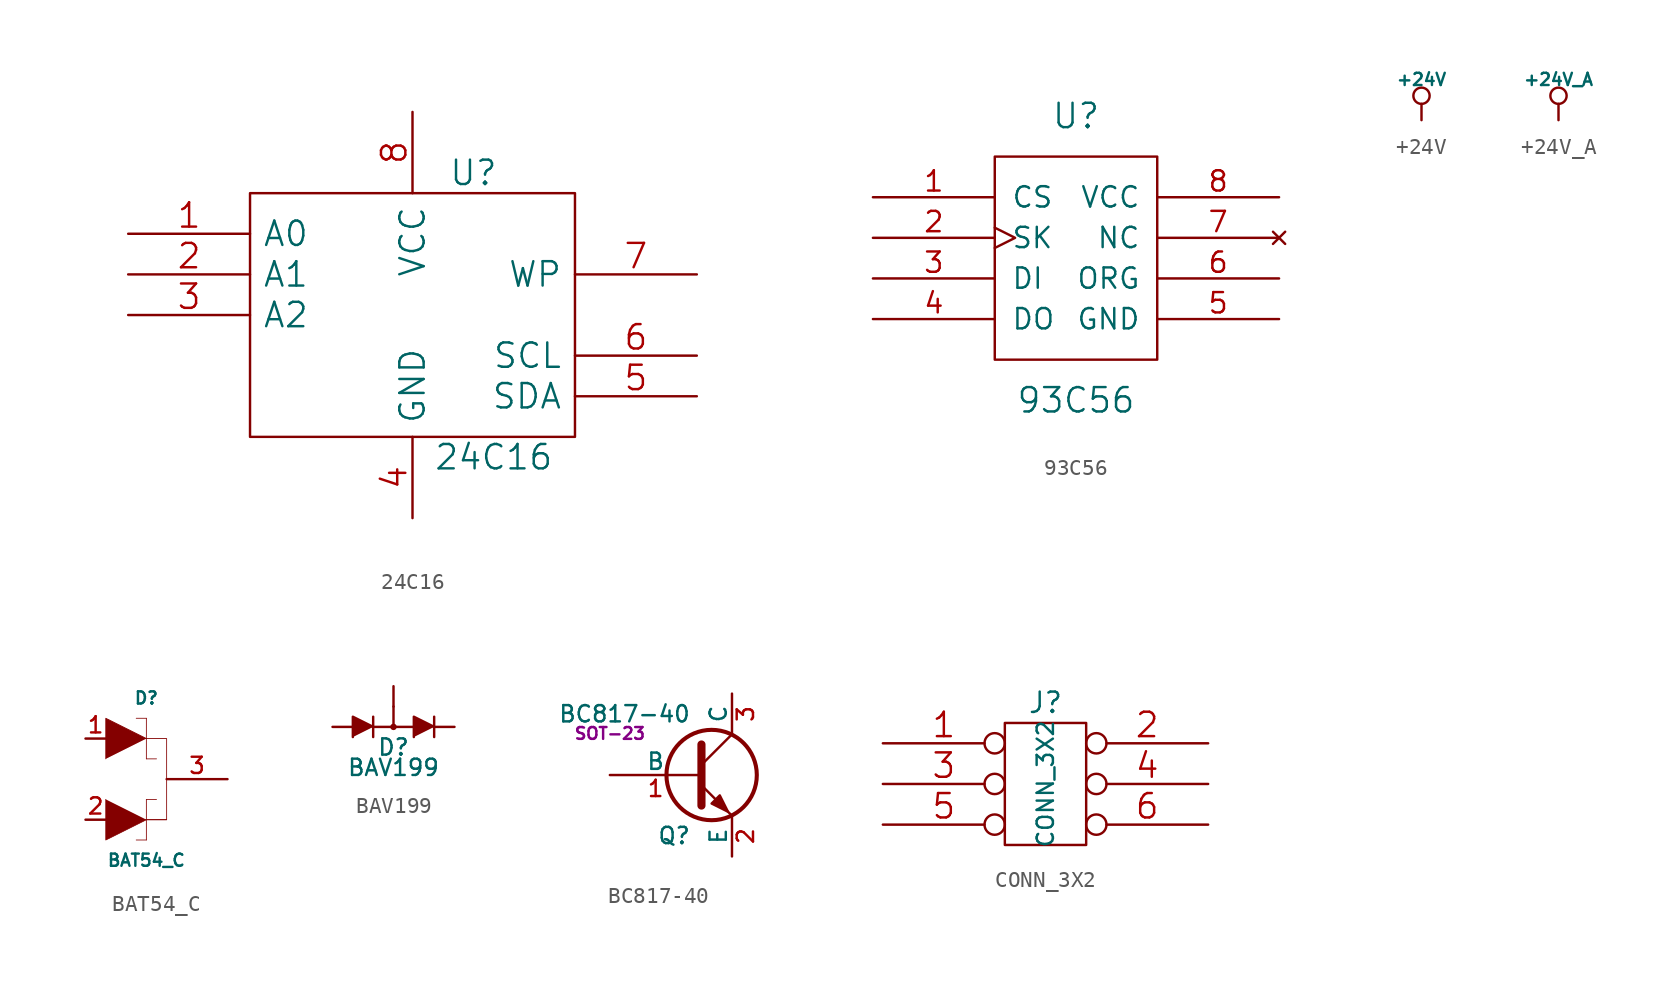
<source format=kicad_sym>
(kicad_symbol_lib
  (version 20231120)
  (generator "kicad_symbol_editor")
  (generator_version "8.0")
  (symbol "24C16"
    (pin_names
      (offset 0.762))
    (property "Reference" "U"
      (at 3.81 8.89 0)
      (effects (font (size 1.524 1.524))))
    (property "Value" "24C16"
      (at 5.08 -8.89 0)
      (effects (font (size 1.524 1.524))))
    (property "Footprint" ""
      (at 0 0 0)
      (effects (font (size 1.524 1.524))))
    (property "Datasheet" ""
      (at 0 0 0)
      (effects (font (size 1.524 1.524))))
    (symbol "24C16_0_0"
      (pin power_in line (at 0 -12.7 90) (length 5.08) (name "GND" (effects (font (size 1.524 1.524)))) (number "4" (effects (font (size 1.524 1.524)))))
      (pin power_in line (at 0 12.7 270) (length 5.08) (name "VCC" (effects (font (size 1.524 1.524)))) (number "8" (effects (font (size 1.524 1.524))))))
    (symbol "24C16_1_1"
      (rectangle (start -10.16 -7.62) (end 10.16 7.62) (stroke (width 0) (type solid)) (fill (type none)))
      (pin input line (at -17.78 5.08 0) (length 7.62) (name "A0" (effects (font (size 1.524 1.524)))) (number "1" (effects (font (size 1.524 1.524)))))
      (pin input line (at -17.78 2.54 0) (length 7.62) (name "A1" (effects (font (size 1.524 1.524)))) (number "2" (effects (font (size 1.524 1.524)))))
      (pin input line (at -17.78 0 0) (length 7.62) (name "A2" (effects (font (size 1.524 1.524)))) (number "3" (effects (font (size 1.524 1.524)))))
      (pin bidirectional line (at 17.78 -5.08 180) (length 7.62) (name "SDA" (effects (font (size 1.524 1.524)))) (number "5" (effects (font (size 1.524 1.524)))))
      (pin input line (at 17.78 -2.54 180) (length 7.62) (name "SCL" (effects (font (size 1.524 1.524)))) (number "6" (effects (font (size 1.524 1.524)))))
      (pin input line (at 17.78 2.54 180) (length 7.62) (name "WP" (effects (font (size 1.524 1.524)))) (number "7" (effects (font (size 1.524 1.524)))))))
  (symbol "93C56"
    (pin_names
      (offset 1.016))
    (property "Reference" "U"
      (at 0 8.89 0)
      (effects (font (size 1.524 1.524))))
    (property "Value" "93C56"
      (at 0 -8.89 0)
      (effects (font (size 1.524 1.524))))
    (property "Footprint" ""
      (at 0 0 0)
      (effects (font (size 1.524 1.524))))
    (property "Datasheet" ""
      (at 0 0 0)
      (effects (font (size 1.524 1.524))))
    (symbol "93C56_0_1"
      (rectangle (start 5.08 -6.35) (end -5.08 6.35) (stroke (width 0) (type solid)) (fill (type none))))
    (symbol "93C56_1_1"
      (pin input line (at -12.7 3.81 0) (length 7.62) (name "CS" (effects (font (size 1.27 1.27)))) (number "1" (effects (font (size 1.27 1.27)))))
      (pin input clock (at -12.7 1.27 0) (length 7.62) (name "SK" (effects (font (size 1.27 1.27)))) (number "2" (effects (font (size 1.27 1.27)))))
      (pin input line (at -12.7 -1.27 0) (length 7.62) (name "DI" (effects (font (size 1.27 1.27)))) (number "3" (effects (font (size 1.27 1.27)))))
      (pin output line (at -12.7 -3.81 0) (length 7.62) (name "DO" (effects (font (size 1.27 1.27)))) (number "4" (effects (font (size 1.27 1.27)))))
      (pin power_in line (at 12.7 -3.81 180) (length 7.62) (name "GND" (effects (font (size 1.27 1.27)))) (number "5" (effects (font (size 1.27 1.27)))))
      (pin input line (at 12.7 -1.27 180) (length 7.62) (name "ORG" (effects (font (size 1.27 1.27)))) (number "6" (effects (font (size 1.27 1.27)))))
      (pin no_connect line (at 12.7 1.27 180) (length 7.62) (name "NC" (effects (font (size 1.27 1.27)))) (number "7" (effects (font (size 1.27 1.27)))))
      (pin power_in line (at 12.7 3.81 180) (length 7.62) (name "VCC" (effects (font (size 1.27 1.27)))) (number "8" (effects (font (size 1.27 1.27)))))))
  (symbol "+24V"
    (power)
    (pin_numbers hide)
    (pin_names
      (offset 0))
    (property "Reference" "#PWR"
      (at 0 -1.27 0)
      (effects (font (size 0.508 0.508)) (hide yes)))
    (property "Value" "+24V"
      (at 0 2.54 0)
      (effects (font (size 0.762 0.762))))
    (property "Footprint" ""
      (at 0 0 0)
      (effects (font (size 1.524 1.524))))
    (property "Datasheet" ""
      (at 0 0 0)
      (effects (font (size 1.524 1.524))))
    (symbol "+24V_0_0"
      (pin power_in line (at 0 0 90) (length 0) hide (name "+24V" (effects (font (size 0.762 0.762)))) (number "1" (effects (font (size 0.508 0.508))))))
    (symbol "+24V_0_1"
      (polyline (pts (xy 0 0) (xy 0 1.016) (xy 0 1.016)) (stroke (width 0) (type solid)) (fill (type none)))
      (circle (center 0 1.524) (radius 0.508) (stroke (width 0) (type solid)) (fill (type none)))))
  (symbol "+24V_A"
    (power)
    (pin_numbers hide)
    (pin_names
      (offset 0))
    (property "Reference" "#PWR"
      (at 0 -1.27 0)
      (effects (font (size 0.508 0.508)) (hide yes)))
    (property "Value" "+24V_A"
      (at 0 2.54 0)
      (effects (font (size 0.762 0.762))))
    (property "Footprint" ""
      (at 0 0 0)
      (effects (font (size 1.524 1.524))))
    (property "Datasheet" ""
      (at 0 0 0)
      (effects (font (size 1.524 1.524))))
    (symbol "+24V_A_0_0"
      (pin power_in line (at 0 0 90) (length 0) hide (name "+24V_A" (effects (font (size 0.762 0.762)))) (number "1" (effects (font (size 0.508 0.508))))))
    (symbol "+24V_A_0_1"
      (polyline (pts (xy 0 0) (xy 0 1.016) (xy 0 1.016)) (stroke (width 0) (type solid)) (fill (type none)))
      (circle (center 0 1.524) (radius 0.508) (stroke (width 0) (type solid)) (fill (type none)))))
  (symbol "BAT54_C"
    (pin_names
      (offset 1.016) hide)
    (property "Reference" "D"
      (at 0 5.08 0)
      (effects (font (size 0.762 0.762))))
    (property "Value" "BAT54_C"
      (at 0 -5.08 0)
      (effects (font (size 0.762 0.762))))
    (property "Datasheet" ""
      (at -3.81 5.08 0)
      (effects (font (size 1.524 1.524))))
    (symbol "BAT54_C_0_0"
      (polyline (pts (xy -0.635 -3.81) (xy 0 -3.81) (xy 0 -3.81)) (stroke (width 0.051) (type solid)) (fill (type outline)))
      (polyline (pts (xy 0 -3.81) (xy 0 -1.27) (xy 0 -1.27)) (stroke (width 0.051) (type solid)) (fill (type outline)))
      (polyline (pts (xy 0 -1.27) (xy 0.635 -1.27) (xy 0.635 -1.27)) (stroke (width 0.051) (type solid)) (fill (type outline)))
      (polyline (pts (xy 0 1.27) (xy 0 3.81) (xy 0 3.81)) (stroke (width 0.051) (type solid)) (fill (type outline)))
      (polyline (pts (xy 0 3.81) (xy -0.635 3.81) (xy -0.635 3.81)) (stroke (width 0.051) (type solid)) (fill (type outline)))
      (polyline (pts (xy 0.635 1.27) (xy 0 1.27) (xy 0 1.27)) (stroke (width 0.051) (type solid)) (fill (type outline)))
      (polyline (pts (xy 1.27 -2.54) (xy -1.27 -2.54) (xy -1.27 -2.54)) (stroke (width 0.051) (type solid)) (fill (type outline)))
      (polyline (pts (xy 0 -2.54) (xy -2.54 -3.81) (xy -2.54 -1.27) (xy -2.54 -1.27)) (stroke (width 0.051) (type solid)) (fill (type outline)))
      (polyline (pts (xy 0 2.54) (xy -2.54 3.81) (xy -2.54 1.27) (xy -2.54 1.27)) (stroke (width 0.051) (type solid)) (fill (type outline))))
    (symbol "BAT54_C_0_1"
      (polyline (pts (xy 1.27 -2.54) (xy 0 -2.54)) (stroke (width 0.051) (type solid)) (fill (type none)))
      (polyline (pts (xy -2.54 2.54) (xy 1.27 2.54) (xy 1.27 -2.54)) (stroke (width 0.051) (type solid)) (fill (type none))))
    (symbol "BAT54_C_1_1"
      (pin passive line (at -3.81 2.54 0) (length 1.27) (name "B" (effects (font (size 1.016 1.016)))) (number "1" (effects (font (size 1.016 1.016)))))
      (pin passive line (at -3.81 -2.54 0) (length 1.27) (name "A" (effects (font (size 1.016 1.016)))) (number "2" (effects (font (size 1.016 1.016)))))
      (pin passive line (at 5.08 0 180) (length 3.81) (name "C" (effects (font (size 1.016 1.016)))) (number "3" (effects (font (size 1.016 1.016)))))))
  (symbol "BAV199"
    (pin_numbers hide)
    (pin_names
      (offset 1.016) hide)
    (property "Reference" "D"
      (at 0 -1.27 0)
      (effects (font (size 1.016 1.016))))
    (property "Value" "BAV199"
      (at 0 -2.54 0)
      (effects (font (size 1.016 1.016))))
    (property "Footprint" ""
      (at 0 0 0)
      (effects (font (size 1.524 1.524))))
    (property "Datasheet" ""
      (at 0 0 0)
      (effects (font (size 1.524 1.524))))
    (symbol "BAV199_0_1"
      (polyline (pts (xy -1.27 0) (xy 1.27 0)) (stroke (width 0) (type solid)) (fill (type none)))
      (polyline (pts (xy 0 1.27) (xy 0 0)) (stroke (width 0) (type solid)) (fill (type none)))
      (polyline (pts (xy -1.27 -0.635) (xy -1.27 0.635) (xy -1.27 0.635)) (stroke (width 0) (type solid)) (fill (type none)))
      (polyline (pts (xy 2.54 -0.635) (xy 2.54 0.635) (xy 2.54 0.635)) (stroke (width 0) (type solid)) (fill (type none)))
      (polyline (pts (xy -1.27 0) (xy -2.54 0.635) (xy -2.54 -0.635) (xy -2.54 -0.635)) (stroke (width 0) (type solid)) (fill (type outline)))
      (polyline (pts (xy 2.54 0) (xy 1.27 0.635) (xy 1.27 -0.635) (xy 1.27 -0.635)) (stroke (width 0) (type solid)) (fill (type outline)))
      (circle (center 0 0) (radius 0.127) (stroke (width 0) (type solid)) (fill (type none))))
    (symbol "BAV199_1_1"
      (pin passive line (at -3.81 0 0) (length 1.27) (name "A" (effects (font (size 1.016 1.016)))) (number "1" (effects (font (size 1.016 1.016)))))
      (pin passive line (at 3.81 0 180) (length 1.27) (name "K" (effects (font (size 1.016 1.016)))) (number "2" (effects (font (size 1.016 1.016)))))
      (pin passive line (at 0 2.54 270) (length 1.27) (name "KA" (effects (font (size 0.991 0.991)))) (number "3" (effects (font (size 0.991 0.991)))))))
  (symbol "BC817-40"
    (pin_names
      (offset 0))
    (property "Reference" "Q"
      (at 0 -3.785 0)
      (effects (font (size 1.016 1.016)) (justify right)))
    (property "Value" "BC817-40"
      (at 0 3.81 0)
      (effects (font (size 1.016 1.016)) (justify right)))
    (property "Footprint" "SOT-23"
      (at -5.08 2.591 0)
      (effects (font (size 0.737 0.737))))
    (property "Datasheet" ""
      (at 0 0 0)
      (effects (font (size 1.524 1.524))))
    (symbol "BC817-40_0_1"
      (polyline (pts (xy 2.54 2.54) (xy 0.635 0.635)) (stroke (width 0) (type solid)) (fill (type none)))
      (polyline (pts (xy 0.635 -0.635) (xy 2.54 -2.54) (xy 2.54 -2.54)) (stroke (width 0) (type solid)) (fill (type none)))
      (polyline (pts (xy 0.635 1.905) (xy 0.635 -1.905) (xy 0.635 -1.905)) (stroke (width 0.508) (type solid)) (fill (type none)))
      (polyline (pts (xy 1.27 -1.778) (xy 1.778 -1.27) (xy 2.286 -2.286) (xy 1.27 -1.778) (xy 1.27 -1.778)) (stroke (width 0) (type solid)) (fill (type outline)))
      (circle (center 1.27 0) (radius 2.819) (stroke (width 0.254) (type solid)) (fill (type none))))
    (symbol "BC817-40_1_1"
      (pin input line (at -5.08 0 0) (length 5.715) (name "B" (effects (font (size 1.016 1.016)))) (number "1" (effects (font (size 1.016 1.016)))))
      (pin passive line (at 2.54 -5.08 90) (length 2.54) (name "E" (effects (font (size 1.016 1.016)))) (number "2" (effects (font (size 1.016 1.016)))))
      (pin passive line (at 2.54 5.08 270) (length 2.54) (name "C" (effects (font (size 1.016 1.016)))) (number "3" (effects (font (size 1.016 1.016)))))))
  (symbol "CONN_3X2"
    (pin_names
      (offset 1.016) hide)
    (property "Reference" "J"
      (at 0 6.35 0)
      (effects (font (size 1.27 1.27))))
    (property "Value" "CONN_3X2"
      (at 0 1.27 90)
      (effects (font (size 1.016 1.016))))
    (property "Footprint" ""
      (at 0 0 0)
      (effects (font (size 1.524 1.524))))
    (property "Datasheet" ""
      (at 0 0 0)
      (effects (font (size 1.524 1.524))))
    (symbol "CONN_3X2_0_1"
      (rectangle (start -2.54 5.08) (end 2.54 -2.54) (stroke (width 0) (type solid)) (fill (type none))))
    (symbol "CONN_3X2_1_1"
      (pin passive inverted (at -10.16 3.81 0) (length 7.62) (name "1" (effects (font (size 1.524 1.524)))) (number "1" (effects (font (size 1.524 1.524)))))
      (pin passive inverted (at 10.16 3.81 180) (length 7.62) (name "2" (effects (font (size 1.524 1.524)))) (number "2" (effects (font (size 1.524 1.524)))))
      (pin passive inverted (at -10.16 1.27 0) (length 7.62) (name "3" (effects (font (size 1.524 1.524)))) (number "3" (effects (font (size 1.524 1.524)))))
      (pin passive inverted (at 10.16 1.27 180) (length 7.62) (name "4" (effects (font (size 1.524 1.524)))) (number "4" (effects (font (size 1.524 1.524)))))
      (pin passive inverted (at -10.16 -1.27 0) (length 7.62) (name "5" (effects (font (size 1.524 1.524)))) (number "5" (effects (font (size 1.524 1.524)))))
      (pin passive inverted (at 10.16 -1.27 180) (length 7.62) (name "6" (effects (font (size 1.524 1.524)))) (number "6" (effects (font (size 1.524 1.524))))))))
</source>
